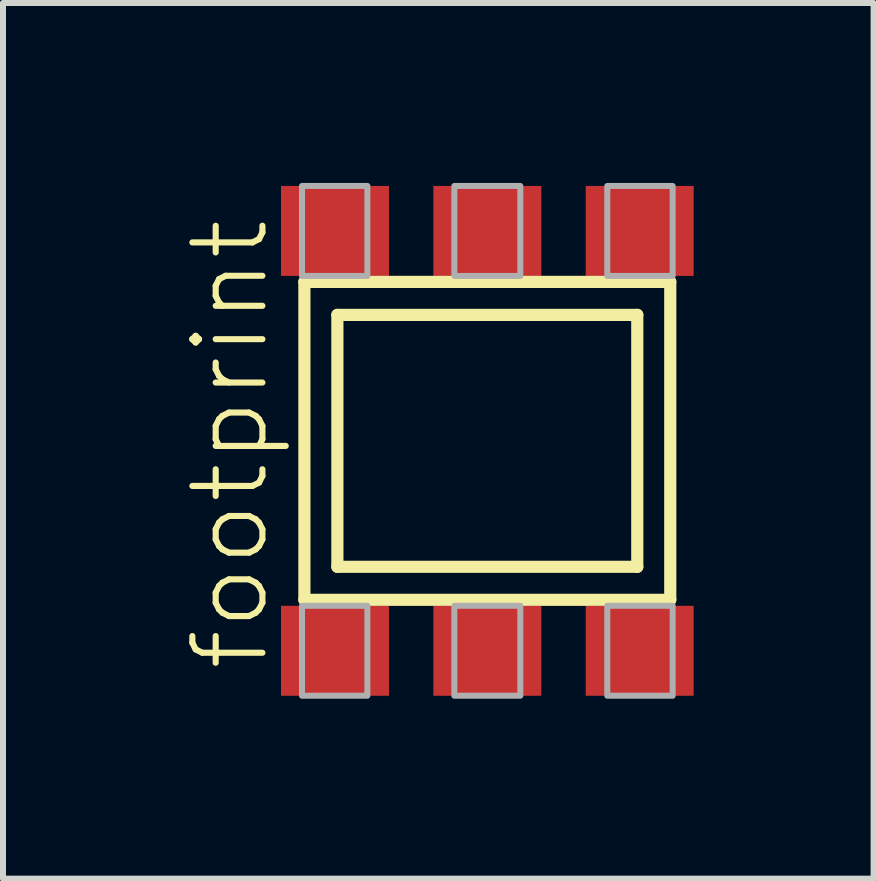
<source format=kicad_pcb>
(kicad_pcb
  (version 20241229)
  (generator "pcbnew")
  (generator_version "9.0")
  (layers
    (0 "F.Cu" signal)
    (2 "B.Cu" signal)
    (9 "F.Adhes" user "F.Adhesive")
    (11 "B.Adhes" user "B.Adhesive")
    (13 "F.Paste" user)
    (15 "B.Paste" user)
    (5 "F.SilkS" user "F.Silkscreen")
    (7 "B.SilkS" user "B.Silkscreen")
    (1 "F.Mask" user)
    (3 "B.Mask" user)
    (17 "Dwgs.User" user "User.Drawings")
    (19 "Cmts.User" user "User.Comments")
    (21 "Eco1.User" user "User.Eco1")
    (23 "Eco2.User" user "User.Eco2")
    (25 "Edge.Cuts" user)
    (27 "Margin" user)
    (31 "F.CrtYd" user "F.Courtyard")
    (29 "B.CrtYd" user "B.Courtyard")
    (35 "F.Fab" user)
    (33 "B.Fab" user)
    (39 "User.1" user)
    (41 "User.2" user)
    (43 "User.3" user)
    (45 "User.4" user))
  (footprint "footprint"
    (layer "F.Cu")
    (at 5.075 4.3)
    (property "Reference" "footprint" (at -3.602 3.878 90) (layer "F.SilkS") (effects (font (size 1.168 1.168) (thickness 0.102)) (justify left bottom)))
    (fp_line (start -3.05 -2.65) (end 3.05 -2.65) (stroke (width 0.203) (type solid)) (layer "F.SilkS"))
    (fp_line (start -3.05 2.65) (end -3.05 -2.65) (stroke (width 0.203) (type solid)) (layer "F.SilkS"))
    (fp_line (start -2.5 -2.1) (end 2.5 -2.1) (stroke (width 0.203) (type solid)) (layer "F.SilkS"))
    (fp_line (start -2.5 2.1) (end -2.5 -2.1) (stroke (width 0.203) (type solid)) (layer "F.SilkS"))
    (fp_line (start 2.5 -2.1) (end 2.5 2.1) (stroke (width 0.203) (type solid)) (layer "F.SilkS"))
    (fp_line (start 2.5 2.1) (end -2.5 2.1) (stroke (width 0.203) (type solid)) (layer "F.SilkS"))
    (fp_line (start 3.05 -2.65) (end 3.05 2.65) (stroke (width 0.203) (type solid)) (layer "F.SilkS"))
    (fp_line (start 3.05 2.65) (end -3.05 2.65) (stroke (width 0.203) (type solid)) (layer "F.SilkS"))
    (fp_poly (pts (xy -3.09 -2.75) (xy -2 -2.75) (xy -2 -4.25) (xy -3.09 -4.25)) (stroke (width 0.1) (type solid)) (fill no) (layer "F.Fab"))
    (fp_poly (pts (xy -3.09 4.25) (xy -2 4.25) (xy -2 2.75) (xy -3.09 2.75)) (stroke (width 0.1) (type solid)) (fill no) (layer "F.Fab"))
    (fp_poly (pts (xy -0.55 -2.75) (xy 0.55 -2.75) (xy 0.55 -4.25) (xy -0.55 -4.25)) (stroke (width 0.1) (type solid)) (fill no) (layer "F.Fab"))
    (fp_poly (pts (xy -0.55 4.25) (xy 0.55 4.25) (xy 0.55 2.75) (xy -0.55 2.75)) (stroke (width 0.1) (type solid)) (fill no) (layer "F.Fab"))
    (fp_poly (pts (xy 2 -2.75) (xy 3.09 -2.75) (xy 3.09 -4.25) (xy 2 -4.25)) (stroke (width 0.1) (type solid)) (fill no) (layer "F.Fab"))
    (fp_poly (pts (xy 2 4.25) (xy 3.09 4.25) (xy 3.09 2.75) (xy 2 2.75)) (stroke (width 0.1) (type solid)) (fill no) (layer "F.Fab"))
    (pad "1" smd rect (at -2.54 -3.5) (size 1.8 1.5) (layers "F.Cu" "F.Mask" "F.Paste"))
    (pad "2" smd rect (at 0 -3.5) (size 1.8 1.5) (layers "F.Cu" "F.Mask" "F.Paste"))
    (pad "3" smd rect (at 2.54 -3.5) (size 1.8 1.5) (layers "F.Cu" "F.Mask" "F.Paste"))
    (pad "4" smd rect (at 2.54 3.5) (size 1.8 1.5) (layers "F.Cu" "F.Mask" "F.Paste"))
    (pad "5" smd rect (at 0 3.5) (size 1.8 1.5) (layers "F.Cu" "F.Mask" "F.Paste"))
    (pad "6" smd rect (at -2.54 3.5) (size 1.8 1.5) (layers "F.Cu" "F.Mask" "F.Paste")))
  (gr_rect
    (start -3 -3)
    (end 11.515 11.6)
    (stroke (width 0.1) (type default))
    (fill no)
    (layer "Edge.Cuts")))
</source>
